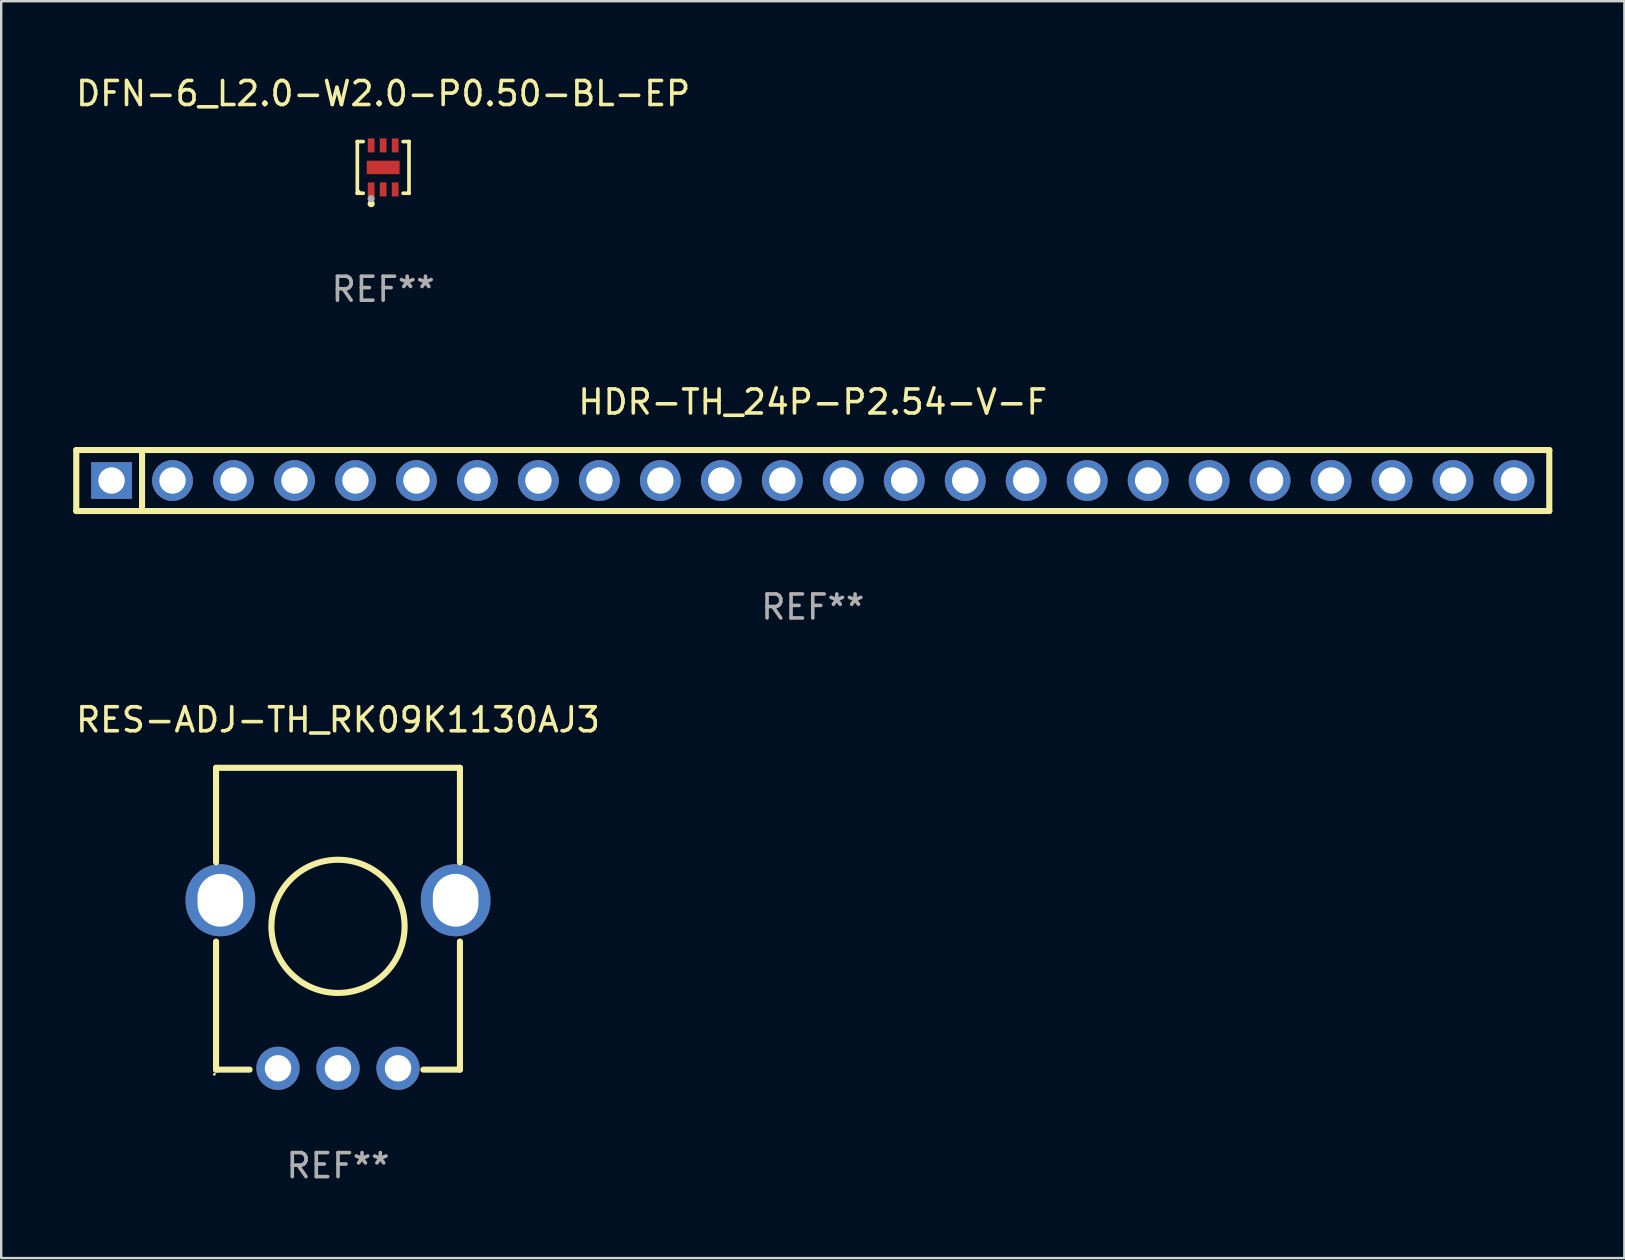
<source format=kicad_pcb>
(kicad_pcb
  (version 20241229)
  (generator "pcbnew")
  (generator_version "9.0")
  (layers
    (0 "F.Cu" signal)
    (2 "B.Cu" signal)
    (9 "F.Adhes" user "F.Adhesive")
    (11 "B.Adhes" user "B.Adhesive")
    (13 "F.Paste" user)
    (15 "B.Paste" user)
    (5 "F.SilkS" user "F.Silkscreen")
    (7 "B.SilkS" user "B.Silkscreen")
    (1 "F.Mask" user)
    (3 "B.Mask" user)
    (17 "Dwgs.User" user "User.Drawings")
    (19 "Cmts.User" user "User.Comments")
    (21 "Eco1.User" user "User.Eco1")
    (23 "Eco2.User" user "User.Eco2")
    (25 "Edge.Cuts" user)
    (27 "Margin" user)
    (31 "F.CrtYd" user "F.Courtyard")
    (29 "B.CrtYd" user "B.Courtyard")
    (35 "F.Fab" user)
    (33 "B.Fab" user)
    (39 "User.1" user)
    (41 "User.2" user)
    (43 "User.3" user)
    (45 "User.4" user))
  (footprint "HDR-TH_24P-P2.54-V-F"
    (layer "F.Cu")
    (at 30.807 16.967)
    (property "Reference" "HDR-TH_24P-P2.54-V-F" (at 0 -3.27 0) (layer "F.SilkS") (effects (font (size 1 1) (thickness 0.15))))
    (attr through_hole)
    (fp_line (start -30.68 -1.27) (end -30.68 1.27) (stroke (width 0.254) (type solid)) (layer "F.SilkS"))
    (fp_line (start -30.68 -1.27) (end 30.68 -1.27) (stroke (width 0.254) (type solid)) (layer "F.SilkS"))
    (fp_line (start -30.68 1.27) (end 30.68 1.27) (stroke (width 0.254) (type solid)) (layer "F.SilkS"))
    (fp_line (start -27.94 -1.27) (end -27.94 1.27) (stroke (width 0.254) (type solid)) (layer "F.SilkS"))
    (fp_line (start 30.68 -1.27) (end 30.68 1.27) (stroke (width 0.254) (type solid)) (layer "F.SilkS"))
    (fp_circle (center -30.68 1.2) (end -30.65 1.2) (stroke (width 0.06) (type solid)) (fill no) (layer "F.SilkS"))
    (fp_text user "REF**" (at 0 5.27 0) (layer "F.Fab") (effects (font (size 1 1) (thickness 0.15))))
    (pad "1" thru_hole rect (at -29.21 0) (size 1.7 1.524) (drill 1.1) (layers "*.Cu" "*.Mask"))
    (pad "2" thru_hole circle (at -26.67 0) (size 1.7 1.7) (drill 1.1) (layers "*.Cu" "*.Mask"))
    (pad "3" thru_hole circle (at -24.13 0) (size 1.7 1.7) (drill 1.1) (layers "*.Cu" "*.Mask"))
    (pad "4" thru_hole circle (at -21.59 0) (size 1.7 1.7) (drill 1.1) (layers "*.Cu" "*.Mask"))
    (pad "5" thru_hole circle (at -19.05 0) (size 1.7 1.7) (drill 1.1) (layers "*.Cu" "*.Mask"))
    (pad "6" thru_hole circle (at -16.51 0) (size 1.7 1.7) (drill 1.1) (layers "*.Cu" "*.Mask"))
    (pad "7" thru_hole circle (at -13.97 0) (size 1.7 1.7) (drill 1.1) (layers "*.Cu" "*.Mask"))
    (pad "8" thru_hole circle (at -11.43 0) (size 1.7 1.7) (drill 1.1) (layers "*.Cu" "*.Mask"))
    (pad "9" thru_hole circle (at -8.89 0) (size 1.7 1.7) (drill 1.1) (layers "*.Cu" "*.Mask"))
    (pad "10" thru_hole circle (at -6.35 0) (size 1.7 1.7) (drill 1.1) (layers "*.Cu" "*.Mask"))
    (pad "11" thru_hole circle (at -3.81 0) (size 1.7 1.7) (drill 1.1) (layers "*.Cu" "*.Mask"))
    (pad "12" thru_hole circle (at -1.27 0) (size 1.7 1.7) (drill 1.1) (layers "*.Cu" "*.Mask"))
    (pad "13" thru_hole circle (at 1.27 0) (size 1.7 1.7) (drill 1.1) (layers "*.Cu" "*.Mask"))
    (pad "14" thru_hole circle (at 3.81 0) (size 1.7 1.7) (drill 1.1) (layers "*.Cu" "*.Mask"))
    (pad "15" thru_hole circle (at 6.35 0) (size 1.7 1.7) (drill 1.1) (layers "*.Cu" "*.Mask"))
    (pad "16" thru_hole circle (at 8.89 0) (size 1.7 1.7) (drill 1.1) (layers "*.Cu" "*.Mask"))
    (pad "17" thru_hole circle (at 11.43 0) (size 1.7 1.7) (drill 1.1) (layers "*.Cu" "*.Mask"))
    (pad "18" thru_hole circle (at 13.97 0) (size 1.7 1.7) (drill 1.1) (layers "*.Cu" "*.Mask"))
    (pad "19" thru_hole circle (at 16.51 0) (size 1.7 1.7) (drill 1.1) (layers "*.Cu" "*.Mask"))
    (pad "20" thru_hole circle (at 19.05 0) (size 1.7 1.7) (drill 1.1) (layers "*.Cu" "*.Mask"))
    (pad "21" thru_hole circle (at 21.59 0) (size 1.7 1.7) (drill 1.1) (layers "*.Cu" "*.Mask"))
    (pad "22" thru_hole circle (at 24.13 0) (size 1.7 1.7) (drill 1.1) (layers "*.Cu" "*.Mask"))
    (pad "23" thru_hole circle (at 26.67 0) (size 1.7 1.7) (drill 1.1) (layers "*.Cu" "*.Mask"))
    (pad "24" thru_hole circle (at 29.21 0) (size 1.7 1.7) (drill 1.1) (layers "*.Cu" "*.Mask")))
  (footprint "DFN-6_L2.0-W2.0-P0.50-BL-EP"
    (layer "F.Cu")
    (at 12.911 3.924)
    (property "Reference" "DFN-6_L2.0-W2.0-P0.50-BL-EP" (at -0.000127 -3.076 0) (layer "F.SilkS") (effects (font (size 1 1) (thickness 0.15))))
    (attr through_hole)
    (fp_line (start -1.076 -1.076) (end -1.076 -1.076) (stroke (width 0.152) (type solid)) (layer "F.SilkS"))
    (fp_line (start -1.076 -1.076) (end -0.831 -1.076) (stroke (width 0.152) (type solid)) (layer "F.SilkS"))
    (fp_line (start -1.076 1.076) (end -1.076 -1.076) (stroke (width 0.152) (type solid)) (layer "F.SilkS"))
    (fp_line (start -1.076 1.076) (end -1.076 1.076) (stroke (width 0.152) (type solid)) (layer "F.SilkS"))
    (fp_line (start -0.831 1.076) (end -1.076 1.076) (stroke (width 0.152) (type solid)) (layer "F.SilkS"))
    (fp_line (start 0.83 1.076) (end 1.076 1.076) (stroke (width 0.152) (type solid)) (layer "F.SilkS"))
    (fp_line (start 1.076 -1.076) (end 0.83 -1.076) (stroke (width 0.152) (type solid)) (layer "F.SilkS"))
    (fp_line (start 1.076 -1.076) (end 1.076 -1.076) (stroke (width 0.152) (type solid)) (layer "F.SilkS"))
    (fp_line (start 1.076 1.076) (end 1.076 -1.076) (stroke (width 0.152) (type solid)) (layer "F.SilkS"))
    (fp_line (start 1.076 1.076) (end 1.076 1.076) (stroke (width 0.152) (type solid)) (layer "F.SilkS"))
    (fp_circle (center -1 1) (end -0.97 1) (stroke (width 0.06) (type solid)) (fill no) (layer "F.SilkS"))
    (fp_circle (center -0.5 1.51) (end -0.425 1.51) (stroke (width 0.15) (type solid)) (fill no) (layer "F.SilkS"))
    (fp_circle (center -0.5 1.3) (end -0.425 1.3) (stroke (width 0.15) (type solid)) (fill no) (layer "F.Fab"))
    (fp_text user "REF**" (at -0.000127 5.076 0) (layer "F.Fab") (effects (font (size 1 1) (thickness 0.15))))
    (pad "1" smd rect (at -0.5 0.917) (size 0.28 0.585) (layers "F.Cu" "F.Mask" "F.Paste"))
    (pad "2" smd rect (at -0.000127 0.917) (size 0.28 0.585) (layers "F.Cu" "F.Mask" "F.Paste"))
    (pad "3" smd rect (at 0.5 0.917) (size 0.28 0.585) (layers "F.Cu" "F.Mask" "F.Paste"))
    (pad "4" smd rect (at 0.5 -0.917) (size 0.28 0.585) (layers "F.Cu" "F.Mask" "F.Paste"))
    (pad "5" smd rect (at -0.000127 -0.917) (size 0.28 0.585) (layers "F.Cu" "F.Mask" "F.Paste"))
    (pad "6" smd rect (at -0.5 -0.917) (size 0.28 0.585) (layers "F.Cu" "F.Mask" "F.Paste"))
    (pad "7" smd rect (at -0.000127 0) (size 1.37 0.56) (layers "F.Cu" "F.Mask" "F.Paste")))
  (footprint "RES-ADJ-TH_RK09K1130AJ3"
    (layer "F.Cu")
    (at 11.03 37.951)
    (property "Reference" "RES-ADJ-TH_RK09K1130AJ3" (at -0.000127 -11.017 0) (layer "F.SilkS") (effects (font (size 1 1) (thickness 0.15))))
    (attr through_hole)
    (fp_line (start -5.08 -9.017) (end 5.08 -9.017) (stroke (width 0.254) (type solid)) (layer "F.SilkS"))
    (fp_line (start -5.08 -5.08) (end -5.08 -9.017) (stroke (width 0.254) (type solid)) (layer "F.SilkS"))
    (fp_line (start -5.08 -1.778) (end -5.08 3.556) (stroke (width 0.254) (type solid)) (layer "F.SilkS"))
    (fp_line (start -5.08 3.556) (end -3.683 3.556) (stroke (width 0.254) (type solid)) (layer "F.SilkS"))
    (fp_line (start 3.556 3.556) (end 5.08 3.556) (stroke (width 0.254) (type solid)) (layer "F.SilkS"))
    (fp_line (start 5.08 -9.017) (end 5.08 -5.08) (stroke (width 0.254) (type solid)) (layer "F.SilkS"))
    (fp_line (start 5.08 3.556) (end 5.08 -1.778) (stroke (width 0.254) (type solid)) (layer "F.SilkS"))
    (fp_circle (center -5.15 3.75) (end -5.12 3.75) (stroke (width 0.06) (type solid)) (fill no) (layer "F.SilkS"))
    (fp_circle (center 0 -2.413) (end 2.774 -2.413) (stroke (width 0.254) (type solid)) (fill no) (layer "F.SilkS"))
    (fp_text user "REF**" (at -0.000127 7.556 0) (layer "F.Fab") (effects (font (size 1 1) (thickness 0.15))))
    (pad "1" thru_hole circle (at -2.5 3.5) (size 1.8 1.8) (drill 1.1) (layers "*.Cu" "*.Mask"))
    (pad "2" thru_hole circle (at 0 3.5) (size 1.8 1.8) (drill 1.1) (layers "*.Cu" "*.Mask"))
    (pad "3" thru_hole circle (at 2.5 3.5) (size 1.8 1.8) (drill 1.1) (layers "*.Cu" "*.Mask"))
    (pad "4" thru_hole oval (at -4.9 -3.5) (size 2.9 3) (drill oval 1.9 2.2) (layers "*.Cu" "*.Mask"))
    (pad "5" thru_hole oval (at 4.9 -3.5) (size 2.9 3) (drill oval 1.9 2.2) (layers "*.Cu" "*.Mask")))
  (gr_rect
    (start -3 -3)
    (end 64.614 49.355)
    (stroke (width 0.1) (type default))
    (fill no)
    (layer "Edge.Cuts")))
</source>
